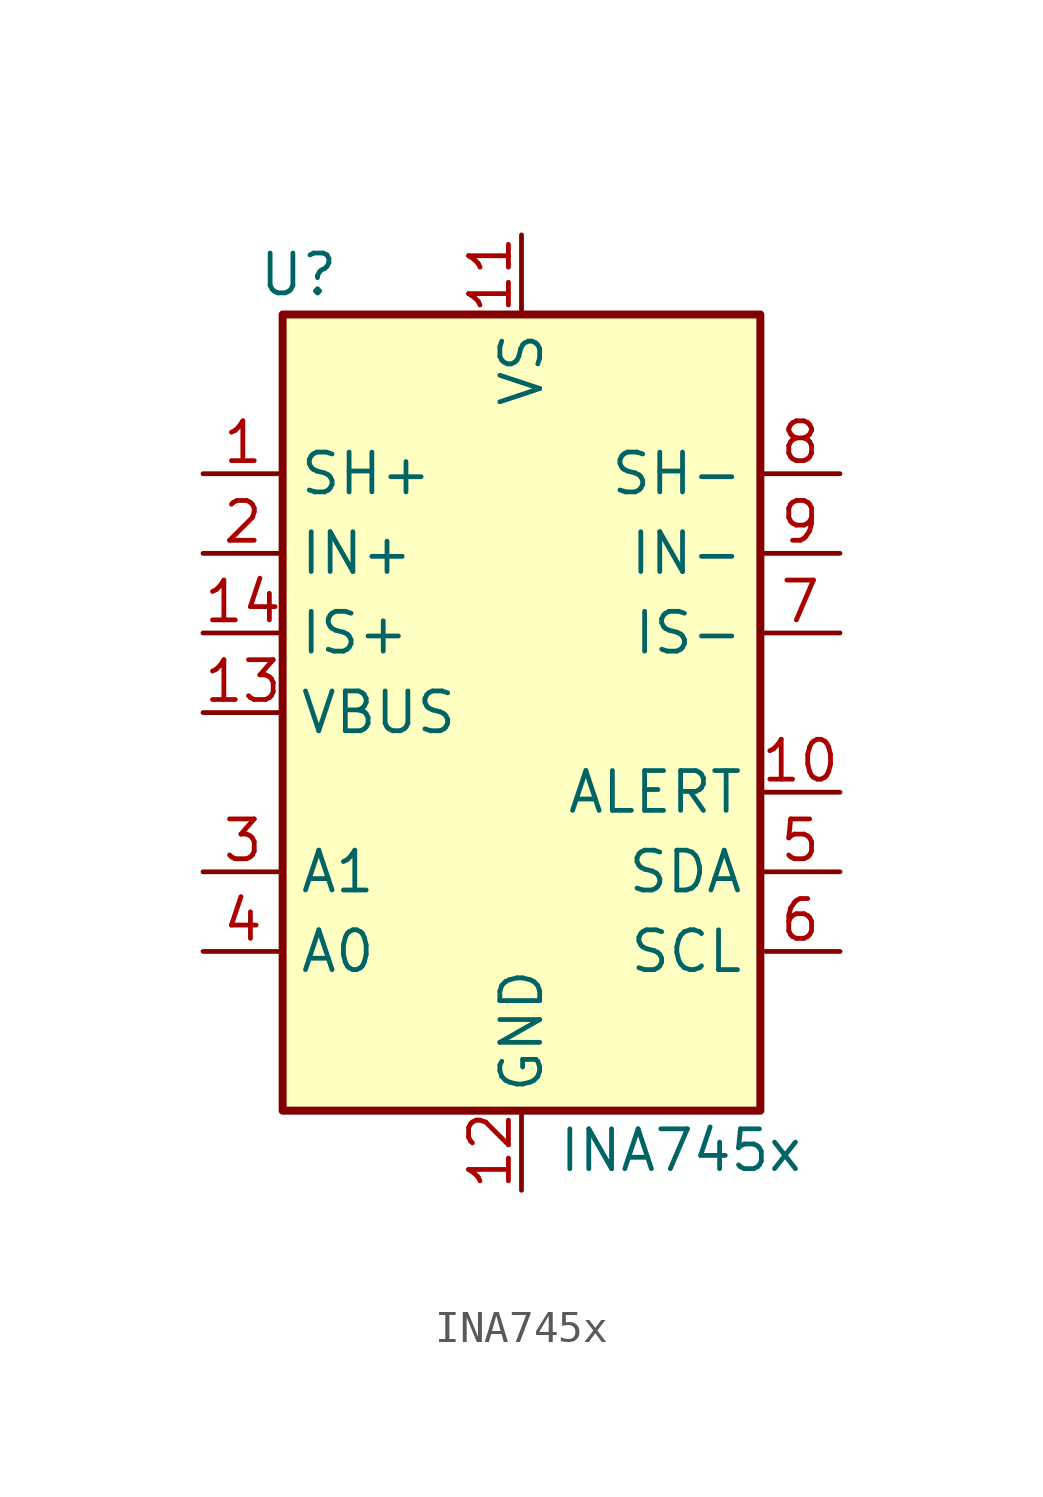
<source format=kicad_sym>
(kicad_symbol_lib
  (version 20231120)
  (generator "kicad_symbol_editor")
  (generator_version "8.0")
  (symbol "INA745x"
    (property "Reference" "U"
      (at -7.112 13.97 0)
      (effects (font (size 1.27 1.27))))
    (property "Value" "INA745x"
      (at 5.08 -13.97 0)
      (effects (font (size 1.27 1.27))))
    (symbol "INA745x_1_1"
      (rectangle (start -7.62 12.7) (end 7.62 -12.7) (stroke (width 0.254) (type default)) (fill (type background)))
      (pin output line (at -10.16 7.62 0) (length 2.54) (name "SH+" (effects (font (size 1.27 1.27)))) (number "1" (effects (font (size 1.27 1.27)))))
      (pin output line (at 10.16 -2.54 180) (length 2.54) (name "ALERT" (effects (font (size 1.27 1.27)))) (number "10" (effects (font (size 1.27 1.27)))))
      (pin power_in line (at 0 15.24 270) (length 2.54) (name "VS" (effects (font (size 1.27 1.27)))) (number "11" (effects (font (size 1.27 1.27)))))
      (pin power_out line (at 0 -15.24 90) (length 2.54) (name "GND" (effects (font (size 1.27 1.27)))) (number "12" (effects (font (size 1.27 1.27)))))
      (pin input line (at -10.16 0 0) (length 2.54) (name "VBUS" (effects (font (size 1.27 1.27)))) (number "13" (effects (font (size 1.27 1.27)))))
      (pin input line (at -10.16 2.54 0) (length 2.54) (name "IS+" (effects (font (size 1.27 1.27)))) (number "14" (effects (font (size 1.27 1.27)))))
      (pin input line (at -10.16 5.08 0) (length 2.54) (name "IN+" (effects (font (size 1.27 1.27)))) (number "2" (effects (font (size 1.27 1.27)))))
      (pin input line (at -10.16 -5.08 0) (length 2.54) (name "A1" (effects (font (size 1.27 1.27)))) (number "3" (effects (font (size 1.27 1.27)))))
      (pin input line (at -10.16 -7.62 0) (length 2.54) (name "A0" (effects (font (size 1.27 1.27)))) (number "4" (effects (font (size 1.27 1.27)))))
      (pin bidirectional line (at 10.16 -5.08 180) (length 2.54) (name "SDA" (effects (font (size 1.27 1.27)))) (number "5" (effects (font (size 1.27 1.27)))))
      (pin input line (at 10.16 -7.62 180) (length 2.54) (name "SCL" (effects (font (size 1.27 1.27)))) (number "6" (effects (font (size 1.27 1.27)))))
      (pin input line (at 10.16 2.54 180) (length 2.54) (name "IS-" (effects (font (size 1.27 1.27)))) (number "7" (effects (font (size 1.27 1.27)))))
      (pin output line (at 10.16 7.62 180) (length 2.54) (name "SH-" (effects (font (size 1.27 1.27)))) (number "8" (effects (font (size 1.27 1.27)))))
      (pin input line (at 10.16 5.08 180) (length 2.54) (name "IN-" (effects (font (size 1.27 1.27)))) (number "9" (effects (font (size 1.27 1.27))))))))
</source>
